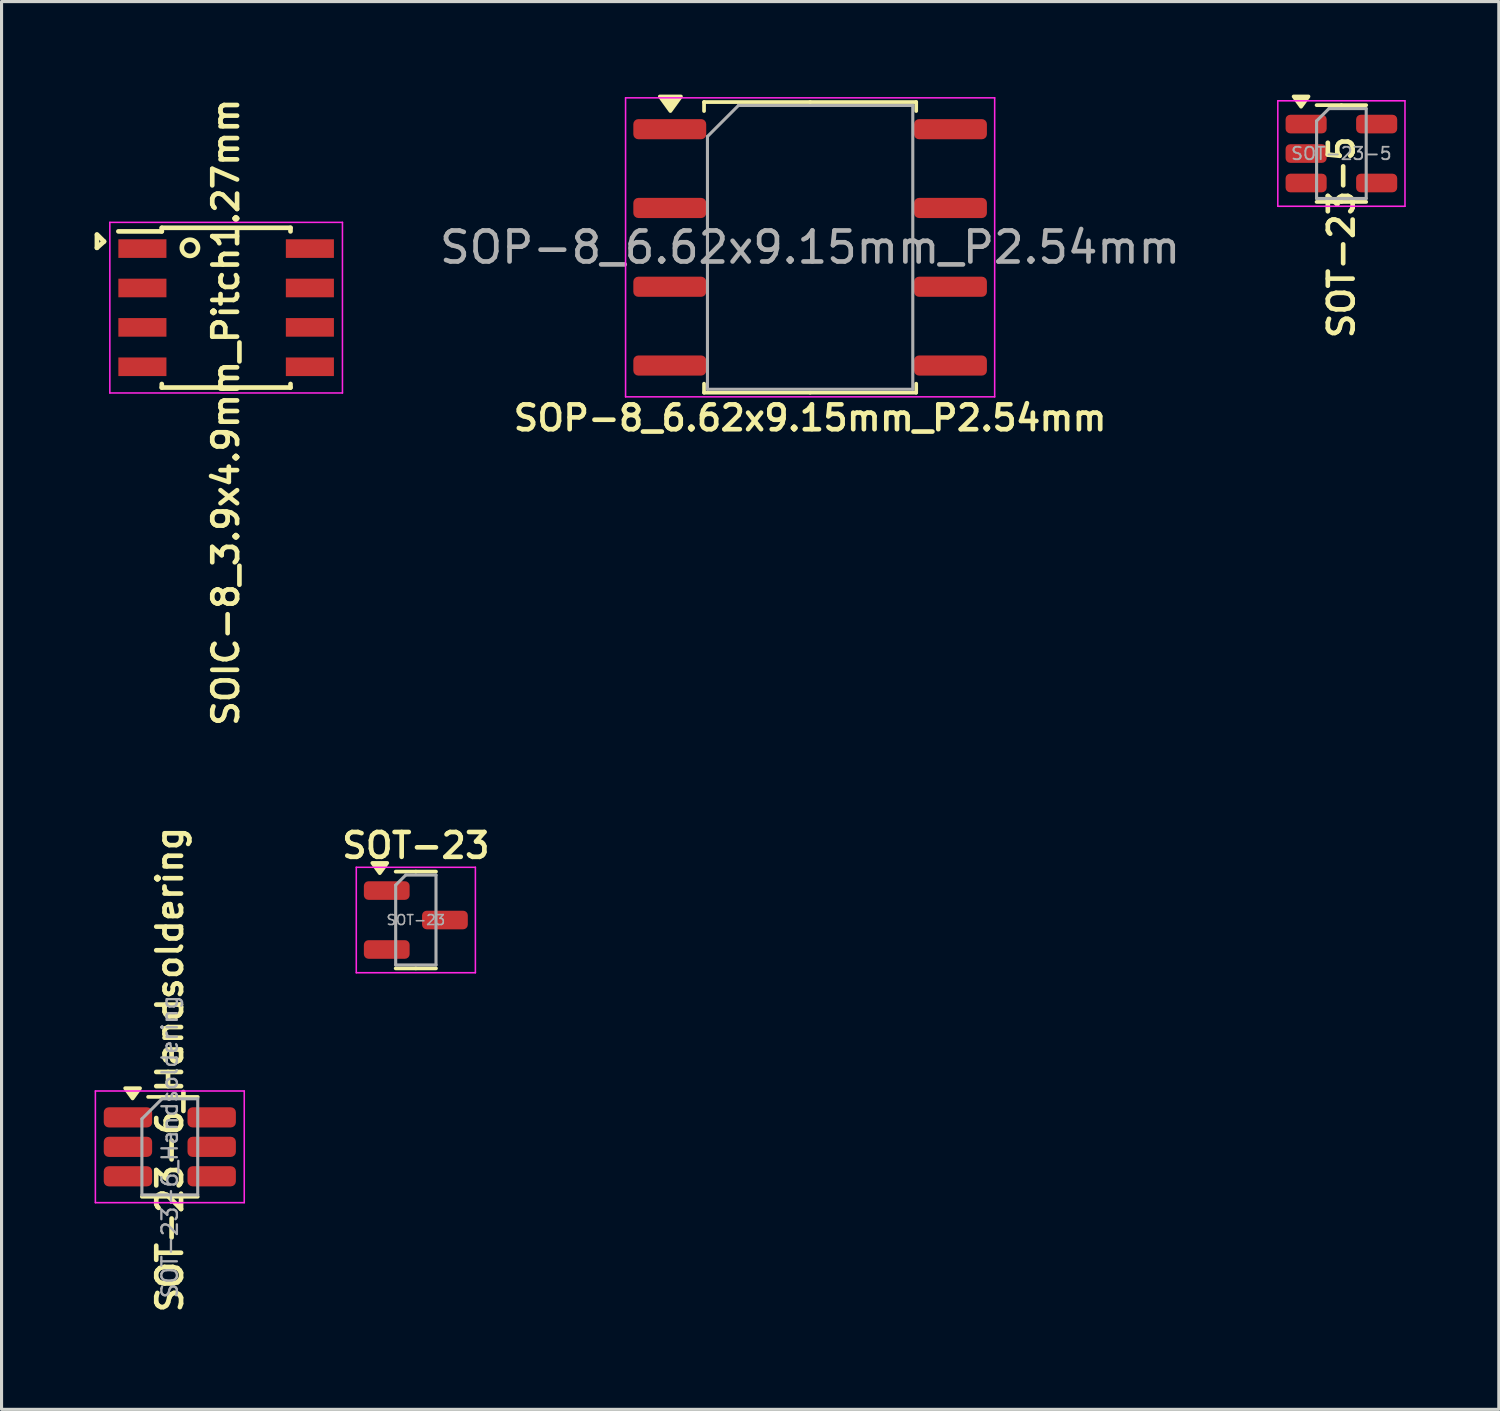
<source format=kicad_pcb>
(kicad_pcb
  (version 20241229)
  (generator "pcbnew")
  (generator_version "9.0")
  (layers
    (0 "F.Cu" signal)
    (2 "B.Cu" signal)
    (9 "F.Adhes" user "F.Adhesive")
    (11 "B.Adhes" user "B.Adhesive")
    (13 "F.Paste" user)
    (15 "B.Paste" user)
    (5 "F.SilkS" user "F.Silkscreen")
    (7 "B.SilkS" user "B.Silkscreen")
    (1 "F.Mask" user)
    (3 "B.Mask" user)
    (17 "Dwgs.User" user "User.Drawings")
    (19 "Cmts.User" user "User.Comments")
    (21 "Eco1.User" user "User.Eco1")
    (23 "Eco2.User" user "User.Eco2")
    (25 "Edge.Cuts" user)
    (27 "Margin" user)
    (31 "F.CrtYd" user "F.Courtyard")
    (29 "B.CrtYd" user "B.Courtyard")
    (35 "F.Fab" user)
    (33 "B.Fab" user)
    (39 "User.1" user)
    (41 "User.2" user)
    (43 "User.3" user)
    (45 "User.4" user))
  (footprint "SOT-23-6_Handsoldering"
    (layer "F.Cu")
    (at 2.425 33.925)
    (property "Reference" "SOT-23-6_Handsoldering" (at 0 -2.49 90) (layer "F.SilkS") (effects (font (size 0.8 0.8) (thickness 0.15))))
    (attr smd)
    (fp_line (start -0.9 1.61) (end 0.9 1.61) (stroke (width 0.12) (type solid)) (layer "F.SilkS"))
    (fp_line (start 0.1 -1.61) (end -0.7 -1.61) (stroke (width 0.12) (type solid)) (layer "F.SilkS"))
    (fp_line (start 0.1 -1.61) (end 0.9 -1.61) (stroke (width 0.12) (type solid)) (layer "F.SilkS"))
    (fp_poly (pts (xy -1.2 -1.56) (xy -1.44 -1.89) (xy -0.96 -1.89) (xy -1.2 -1.56)) (stroke (width 0.12) (type solid)) (fill yes) (layer "F.SilkS"))
    (fp_line (start -2.4 -1.8) (end 2.4 -1.8) (stroke (width 0.05) (type solid)) (layer "F.CrtYd"))
    (fp_line (start -2.4 1.8) (end -2.4 -1.8) (stroke (width 0.05) (type solid)) (layer "F.CrtYd"))
    (fp_line (start 2.4 -1.8) (end 2.4 1.8) (stroke (width 0.05) (type solid)) (layer "F.CrtYd"))
    (fp_line (start 2.4 1.8) (end -2.4 1.8) (stroke (width 0.05) (type solid)) (layer "F.CrtYd"))
    (fp_line (start -0.9 -0.9) (end -0.9 1.55) (stroke (width 0.1) (type solid)) (layer "F.Fab"))
    (fp_line (start -0.9 -0.9) (end -0.25 -1.55) (stroke (width 0.1) (type solid)) (layer "F.Fab"))
    (fp_line (start 0.9 -1.55) (end -0.25 -1.55) (stroke (width 0.1) (type solid)) (layer "F.Fab"))
    (fp_line (start 0.9 -1.55) (end 0.9 1.55) (stroke (width 0.1) (type solid)) (layer "F.Fab"))
    (fp_line (start 0.9 1.55) (end -0.9 1.55) (stroke (width 0.1) (type solid)) (layer "F.Fab"))
    (fp_text user "${REFERENCE}" (at 0 0 90) (layer "F.Fab") (effects (font (size 0.5 0.5) (thickness 0.075))))
    (pad "1" smd roundrect (at -1.35 -0.95) (size 1.56 0.65) (layers "F.Cu" "F.Mask" "F.Paste") (roundrect_rratio 0.25))
    (pad "2" smd roundrect (at -1.35 0) (size 1.56 0.65) (layers "F.Cu" "F.Mask" "F.Paste") (roundrect_rratio 0.25))
    (pad "3" smd roundrect (at -1.35 0.95) (size 1.56 0.65) (layers "F.Cu" "F.Mask" "F.Paste") (roundrect_rratio 0.25))
    (pad "4" smd roundrect (at 1.35 0.95) (size 1.56 0.65) (layers "F.Cu" "F.Mask" "F.Paste") (roundrect_rratio 0.25))
    (pad "5" smd roundrect (at 1.35 0) (size 1.56 0.65) (layers "F.Cu" "F.Mask" "F.Paste") (roundrect_rratio 0.25))
    (pad "6" smd roundrect (at 1.35 -0.95) (size 1.56 0.65) (layers "F.Cu" "F.Mask" "F.Paste") (roundrect_rratio 0.25)))
  (footprint "SOT-23-5"
    (layer "F.Cu")
    (at 40.198 1.9)
    (property "Reference" "SOT-23-5" (at 0 2.7 90) (layer "F.SilkS") (effects (font (size 0.8 0.8) (thickness 0.15))))
    (attr smd)
    (fp_line (start 0 -1.56) (end -0.8 -1.56) (stroke (width 0.12) (type solid)) (layer "F.SilkS"))
    (fp_line (start 0 -1.56) (end 0.8 -1.56) (stroke (width 0.12) (type solid)) (layer "F.SilkS"))
    (fp_line (start 0 1.56) (end -0.8 1.56) (stroke (width 0.12) (type solid)) (layer "F.SilkS"))
    (fp_line (start 0 1.56) (end 0.8 1.56) (stroke (width 0.12) (type solid)) (layer "F.SilkS"))
    (fp_poly (pts (xy -1.3 -1.51) (xy -1.54 -1.84) (xy -1.06 -1.84) (xy -1.3 -1.51)) (stroke (width 0.12) (type solid)) (fill yes) (layer "F.SilkS"))
    (fp_line (start -2.05 -1.7) (end -2.05 1.7) (stroke (width 0.05) (type solid)) (layer "F.CrtYd"))
    (fp_line (start -2.05 1.7) (end 2.05 1.7) (stroke (width 0.05) (type solid)) (layer "F.CrtYd"))
    (fp_line (start 2.05 -1.7) (end -2.05 -1.7) (stroke (width 0.05) (type solid)) (layer "F.CrtYd"))
    (fp_line (start 2.05 1.7) (end 2.05 -1.7) (stroke (width 0.05) (type solid)) (layer "F.CrtYd"))
    (fp_line (start -0.8 -1.05) (end -0.4 -1.45) (stroke (width 0.1) (type solid)) (layer "F.Fab"))
    (fp_line (start -0.8 1.45) (end -0.8 -1.05) (stroke (width 0.1) (type solid)) (layer "F.Fab"))
    (fp_line (start -0.4 -1.45) (end 0.8 -1.45) (stroke (width 0.1) (type solid)) (layer "F.Fab"))
    (fp_line (start 0.8 -1.45) (end 0.8 1.45) (stroke (width 0.1) (type solid)) (layer "F.Fab"))
    (fp_line (start 0.8 1.45) (end -0.8 1.45) (stroke (width 0.1) (type solid)) (layer "F.Fab"))
    (fp_text user "${REFERENCE}" (at 0 0 0) (layer "F.Fab") (effects (font (size 0.4 0.4) (thickness 0.06))))
    (pad "1" smd roundrect (at -1.137 -0.95) (size 1.325 0.6) (layers "F.Cu" "F.Mask" "F.Paste") (roundrect_rratio 0.25))
    (pad "2" smd roundrect (at -1.137 0) (size 1.325 0.6) (layers "F.Cu" "F.Mask" "F.Paste") (roundrect_rratio 0.25))
    (pad "3" smd roundrect (at -1.137 0.95) (size 1.325 0.6) (layers "F.Cu" "F.Mask" "F.Paste") (roundrect_rratio 0.25))
    (pad "4" smd roundrect (at 1.137 0.95) (size 1.325 0.6) (layers "F.Cu" "F.Mask" "F.Paste") (roundrect_rratio 0.25))
    (pad "5" smd roundrect (at 1.137 -0.95) (size 1.325 0.6) (layers "F.Cu" "F.Mask" "F.Paste") (roundrect_rratio 0.25)))
  (footprint "SOP-8_6.62x9.15mm_P2.54mm"
    (layer "F.Cu")
    (at 23.069 4.925)
    (property "Reference" "SOP-8_6.62x9.15mm_P2.54mm" (at 0 5.5 0) (layer "F.SilkS") (effects (font (size 0.8 0.8) (thickness 0.15))))
    (attr smd)
    (fp_line (start -3.42 -4.685) (end -3.42 -4.395) (stroke (width 0.12) (type solid)) (layer "F.SilkS"))
    (fp_line (start -3.42 4.685) (end -3.42 4.395) (stroke (width 0.12) (type solid)) (layer "F.SilkS"))
    (fp_line (start 0 -4.685) (end -3.42 -4.685) (stroke (width 0.12) (type solid)) (layer "F.SilkS"))
    (fp_line (start 0 -4.685) (end 3.42 -4.685) (stroke (width 0.12) (type solid)) (layer "F.SilkS"))
    (fp_line (start 0 4.685) (end -3.42 4.685) (stroke (width 0.12) (type solid)) (layer "F.SilkS"))
    (fp_line (start 0 4.685) (end 3.42 4.685) (stroke (width 0.12) (type solid)) (layer "F.SilkS"))
    (fp_line (start 3.42 -4.685) (end 3.42 -4.395) (stroke (width 0.12) (type solid)) (layer "F.SilkS"))
    (fp_line (start 3.42 4.685) (end 3.42 4.395) (stroke (width 0.12) (type solid)) (layer "F.SilkS"))
    (fp_poly (pts (xy -4.505 -4.395) (xy -4.845 -4.865) (xy -4.165 -4.865) (xy -4.505 -4.395)) (stroke (width 0.12) (type solid)) (fill yes) (layer "F.SilkS"))
    (fp_line (start -5.95 -4.82) (end -5.95 4.82) (stroke (width 0.05) (type solid)) (layer "F.CrtYd"))
    (fp_line (start -5.95 4.82) (end 5.95 4.82) (stroke (width 0.05) (type solid)) (layer "F.CrtYd"))
    (fp_line (start 5.95 -4.82) (end -5.95 -4.82) (stroke (width 0.05) (type solid)) (layer "F.CrtYd"))
    (fp_line (start 5.95 4.82) (end 5.95 -4.82) (stroke (width 0.05) (type solid)) (layer "F.CrtYd"))
    (fp_line (start -3.31 -3.575) (end -2.31 -4.575) (stroke (width 0.1) (type solid)) (layer "F.Fab"))
    (fp_line (start -3.31 4.575) (end -3.31 -3.575) (stroke (width 0.1) (type solid)) (layer "F.Fab"))
    (fp_line (start -2.31 -4.575) (end 3.31 -4.575) (stroke (width 0.1) (type solid)) (layer "F.Fab"))
    (fp_line (start 3.31 -4.575) (end 3.31 4.575) (stroke (width 0.1) (type solid)) (layer "F.Fab"))
    (fp_line (start 3.31 4.575) (end -3.31 4.575) (stroke (width 0.1) (type solid)) (layer "F.Fab"))
    (fp_text user "${REFERENCE}" (at 0 0 0) (layer "F.Fab") (effects (font (size 1 1) (thickness 0.15))))
    (pad "1" smd roundrect (at -4.525 -3.81) (size 2.35 0.65) (layers "F.Cu" "F.Mask" "F.Paste") (roundrect_rratio 0.25))
    (pad "2" smd roundrect (at -4.525 -1.27) (size 2.35 0.65) (layers "F.Cu" "F.Mask" "F.Paste") (roundrect_rratio 0.25))
    (pad "3" smd roundrect (at -4.525 1.27) (size 2.35 0.65) (layers "F.Cu" "F.Mask" "F.Paste") (roundrect_rratio 0.25))
    (pad "4" smd roundrect (at -4.525 3.81) (size 2.35 0.65) (layers "F.Cu" "F.Mask" "F.Paste") (roundrect_rratio 0.25))
    (pad "5" smd roundrect (at 4.525 3.81) (size 2.35 0.65) (layers "F.Cu" "F.Mask" "F.Paste") (roundrect_rratio 0.25))
    (pad "6" smd roundrect (at 4.525 1.27) (size 2.35 0.65) (layers "F.Cu" "F.Mask" "F.Paste") (roundrect_rratio 0.25))
    (pad "7" smd roundrect (at 4.525 -1.27) (size 2.35 0.65) (layers "F.Cu" "F.Mask" "F.Paste") (roundrect_rratio 0.25))
    (pad "8" smd roundrect (at 4.525 -3.81) (size 2.35 0.65) (layers "F.Cu" "F.Mask" "F.Paste") (roundrect_rratio 0.25)))
  (footprint "SOT-23"
    (layer "F.Cu")
    (at 10.357 26.612)
    (property "Reference" "SOT-23" (at 0 -2.4 0) (layer "F.SilkS") (effects (font (size 0.8 0.8) (thickness 0.15))))
    (attr smd)
    (fp_line (start 0 -1.56) (end -0.65 -1.56) (stroke (width 0.12) (type solid)) (layer "F.SilkS"))
    (fp_line (start 0 -1.56) (end 0.65 -1.56) (stroke (width 0.12) (type solid)) (layer "F.SilkS"))
    (fp_line (start 0 1.56) (end -0.65 1.56) (stroke (width 0.12) (type solid)) (layer "F.SilkS"))
    (fp_line (start 0 1.56) (end 0.65 1.56) (stroke (width 0.12) (type solid)) (layer "F.SilkS"))
    (fp_poly (pts (xy -1.163 -1.51) (xy -1.403 -1.84) (xy -0.922 -1.84) (xy -1.163 -1.51)) (stroke (width 0.12) (type solid)) (fill yes) (layer "F.SilkS"))
    (fp_line (start -1.92 -1.7) (end -1.92 1.7) (stroke (width 0.05) (type solid)) (layer "F.CrtYd"))
    (fp_line (start -1.92 1.7) (end 1.92 1.7) (stroke (width 0.05) (type solid)) (layer "F.CrtYd"))
    (fp_line (start 1.92 -1.7) (end -1.92 -1.7) (stroke (width 0.05) (type solid)) (layer "F.CrtYd"))
    (fp_line (start 1.92 1.7) (end 1.92 -1.7) (stroke (width 0.05) (type solid)) (layer "F.CrtYd"))
    (fp_line (start -0.65 -1.125) (end -0.325 -1.45) (stroke (width 0.1) (type solid)) (layer "F.Fab"))
    (fp_line (start -0.65 1.45) (end -0.65 -1.125) (stroke (width 0.1) (type solid)) (layer "F.Fab"))
    (fp_line (start -0.325 -1.45) (end 0.65 -1.45) (stroke (width 0.1) (type solid)) (layer "F.Fab"))
    (fp_line (start 0.65 -1.45) (end 0.65 1.45) (stroke (width 0.1) (type solid)) (layer "F.Fab"))
    (fp_line (start 0.65 1.45) (end -0.65 1.45) (stroke (width 0.1) (type solid)) (layer "F.Fab"))
    (fp_text user "${REFERENCE}" (at 0 0 0) (layer "F.Fab") (effects (font (size 0.32 0.32) (thickness 0.05))))
    (pad "1" smd roundrect (at -0.938 -0.95) (size 1.475 0.6) (layers "F.Cu" "F.Mask" "F.Paste") (roundrect_rratio 0.25))
    (pad "2" smd roundrect (at -0.938 0.95) (size 1.475 0.6) (layers "F.Cu" "F.Mask" "F.Paste") (roundrect_rratio 0.25))
    (pad "3" smd roundrect (at 0.938 0) (size 1.475 0.6) (layers "F.Cu" "F.Mask" "F.Paste") (roundrect_rratio 0.25)))
  (footprint "SOIC-8_3.9x4.9mm_Pitch1.27mm"
    (layer "F.Cu")
    (at 4.241 6.87)
    (property "Reference" "SOIC-8_3.9x4.9mm_Pitch1.27mm" (at -0.01 3.37 270) (layer "F.SilkS") (effects (font (size 0.8 0.8) (thickness 0.15))))
    (attr smd)
    (fp_line (start -4.166 -2.362) (end -3.937 -2.134) (stroke (width 0.15) (type solid)) (layer "F.SilkS"))
    (fp_line (start -4.166 -1.93) (end -4.166 -2.337) (stroke (width 0.15) (type solid)) (layer "F.SilkS"))
    (fp_line (start -3.937 -2.134) (end -4.166 -1.93) (stroke (width 0.15) (type solid)) (layer "F.SilkS"))
    (fp_line (start -2.075 -2.575) (end -2.075 -2.46) (stroke (width 0.15) (type solid)) (layer "F.SilkS"))
    (fp_line (start -2.075 -2.575) (end 2.075 -2.575) (stroke (width 0.15) (type solid)) (layer "F.SilkS"))
    (fp_line (start -2.075 -2.46) (end -3.475 -2.46) (stroke (width 0.15) (type solid)) (layer "F.SilkS"))
    (fp_line (start -2.075 2.575) (end -2.075 2.46) (stroke (width 0.15) (type solid)) (layer "F.SilkS"))
    (fp_line (start -2.075 2.575) (end 2.075 2.575) (stroke (width 0.15) (type solid)) (layer "F.SilkS"))
    (fp_line (start 2.075 -2.575) (end 2.075 -2.46) (stroke (width 0.15) (type solid)) (layer "F.SilkS"))
    (fp_line (start 2.075 2.575) (end 2.075 2.46) (stroke (width 0.15) (type solid)) (layer "F.SilkS"))
    (fp_circle (center -1.168 -1.93) (end -0.94 -1.803) (stroke (width 0.15) (type solid)) (fill no) (layer "F.SilkS"))
    (fp_line (start -3.75 -2.75) (end -3.75 2.75) (stroke (width 0.05) (type solid)) (layer "F.CrtYd"))
    (fp_line (start -3.75 -2.75) (end 3.75 -2.75) (stroke (width 0.05) (type solid)) (layer "F.CrtYd"))
    (fp_line (start -3.75 2.75) (end 3.75 2.75) (stroke (width 0.05) (type solid)) (layer "F.CrtYd"))
    (fp_line (start 3.75 -2.75) (end 3.75 2.75) (stroke (width 0.05) (type solid)) (layer "F.CrtYd"))
    (pad "1" smd rect (at -2.7 -1.905) (size 1.55 0.6) (layers "F.Cu" "F.Mask" "F.Paste"))
    (pad "2" smd rect (at -2.7 -0.635) (size 1.55 0.6) (layers "F.Cu" "F.Mask" "F.Paste"))
    (pad "3" smd rect (at -2.7 0.635) (size 1.55 0.6) (layers "F.Cu" "F.Mask" "F.Paste"))
    (pad "4" smd rect (at -2.7 1.905) (size 1.55 0.6) (layers "F.Cu" "F.Mask" "F.Paste"))
    (pad "5" smd rect (at 2.7 1.905) (size 1.55 0.6) (layers "F.Cu" "F.Mask" "F.Paste"))
    (pad "6" smd rect (at 2.7 0.635) (size 1.55 0.6) (layers "F.Cu" "F.Mask" "F.Paste"))
    (pad "7" smd rect (at 2.7 -0.635) (size 1.55 0.6) (layers "F.Cu" "F.Mask" "F.Paste"))
    (pad "8" smd rect (at 2.7 -1.905) (size 1.55 0.6) (layers "F.Cu" "F.Mask" "F.Paste")))
  (gr_rect
    (start -3 -3)
    (end 45.273 42.39)
    (stroke (width 0.1) (type default))
    (fill no)
    (layer "Edge.Cuts")))
</source>
